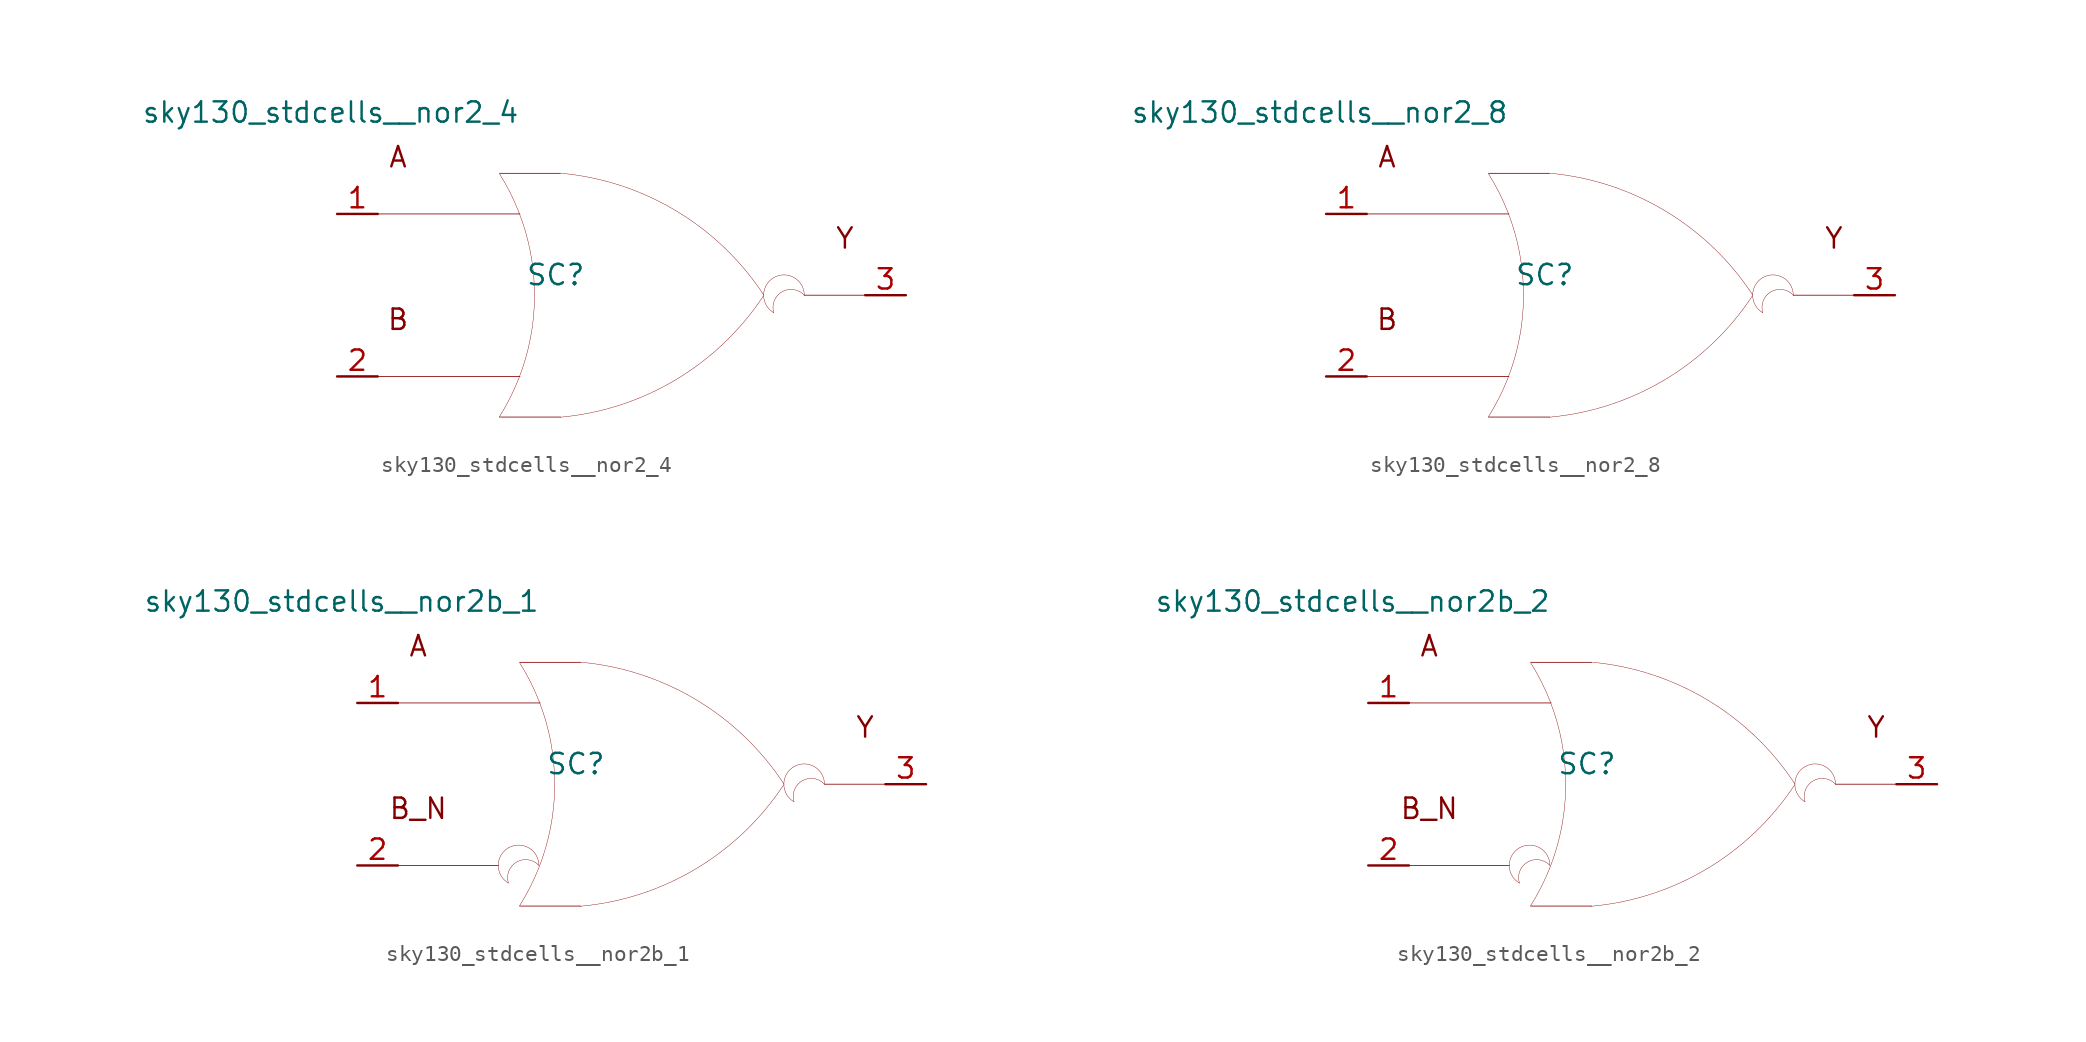
<source format=kicad_sym>
(kicad_symbol_lib
  (version 20211014)
  (generator kicad_symbol_editor)
  (symbol "sky130_stdcells__nor2_4"
    (pin_names hide)
    (property "Reference" "SC"
      (at -4.115 1.27 0)
      (effects (font (size 1.27 1.27))))
    (property "Value" "sky130_stdcells__nor2_4"
      (at -6.35 11.43 0)
      (effects (font (size 1.27 1.27)) (justify right)))
    (symbol "sky130_stdcells__nor2_4_0_0"
      (arc (start -7.6405 -7.6142) (mid -6.983 -6.458) (end -6.4362 -5.2456) (stroke (width 0.0254) (type default) (color 0 0 0 0)) (fill (type none)))
      (arc (start -6.4362 -5.2456) (mid -6.0013 -3.9755) (end -5.688 -2.6701) (stroke (width 0.0254) (type default) (color 0 0 0 0)) (fill (type none)))
      (arc (start -6.418 5.1993) (mid -6.9662 6.4248) (end -7.6273 7.5932) (stroke (width 0.0254) (type default) (color 0 0 0 0)) (fill (type none)))
      (arc (start -5.688 -2.6701) (mid -5.4988 -1.341) (end -5.4356 0) (stroke (width 0.0254) (type default) (color 0 0 0 0)) (fill (type none)))
      (arc (start -5.6834 2.6456) (mid -5.9911 3.9396) (end -6.418 5.1993) (stroke (width 0.0254) (type default) (color 0 0 0 0)) (fill (type none)))
      (arc (start -5.4356 0) (mid -5.4977 1.3286) (end -5.6834 2.6456) (stroke (width 0.0254) (type default) (color 0 0 0 0)) (fill (type none)))
      (arc (start -3.8212 -7.6288) (mid 3.3927 -5.2884) (end 8.8734 -0.0463) (stroke (width 0.0254) (type default) (color 0 0 0 0)) (fill (type none)))
      (polyline (pts (xy -15.24 -5.08) (xy -6.35 -5.08)) (stroke (width 0.051) (type default) (color 0 0 0 0)) (fill (type none)))
      (polyline (pts (xy -15.24 5.08) (xy -6.35 5.08)) (stroke (width 0.051) (type default) (color 0 0 0 0)) (fill (type none)))
      (polyline (pts (xy -7.62 -7.62) (xy -3.81 -7.62)) (stroke (width 0.051) (type default) (color 0 0 0 0)) (fill (type none)))
      (polyline (pts (xy -7.62 7.62) (xy -3.81 7.62)) (stroke (width 0.051) (type default) (color 0 0 0 0)) (fill (type none)))
      (polyline (pts (xy 11.43 0) (xy 15.24 0)) (stroke (width 0.051) (type default) (color 0 0 0 0)) (fill (type none)))
      (arc (start 8.9061 -0.0034) (mid 3.4437 5.2578) (end -3.762 7.6234) (stroke (width 0.0254) (type default) (color 0 0 0 0)) (fill (type none)))
      (arc (start 9.525 1.0999) (mid 8.89 0) (end 9.525 -1.0999) (stroke (width 0.0254) (type default) (color 0 0 0 0)) (fill (type none)))
      (arc (start 11.43 0) (mid 9.5731 0.4743) (end 9.525 -1.0999) (stroke (width 0.0254) (type default) (color 0 0 0 0)) (fill (type none)))
      (arc (start 11.43 0) (mid 10.795 1.0998) (end 9.525 1.0999) (stroke (width 0.0254) (type default) (color 0 0 0 0)) (fill (type none)))
      (text "A" (at -13.97 8.636 0) (effects (font (size 1.27 1.27))))
      (text "B" (at -13.97 -1.524 0) (effects (font (size 1.27 1.27))))
      (text "Y" (at 13.97 3.556 0) (effects (font (size 1.27 1.27)))))
    (symbol "sky130_stdcells__nor2_4_1_1"
      (pin input line (at -17.78 5.08 0) (length 2.54) (name "A" (effects (font (size 1.092 1.092)))) (number "1" (effects (font (size 1.27 1.27)))))
      (pin input line (at -17.78 -5.08 0) (length 2.54) (name "B" (effects (font (size 1.092 1.092)))) (number "2" (effects (font (size 1.27 1.27)))))
      (pin output line (at 17.78 0 180) (length 2.54) (name "Y" (effects (font (size 1.092 1.092)))) (number "3" (effects (font (size 1.27 1.27)))))))
  (symbol "sky130_stdcells__nor2_8"
    (pin_names hide)
    (property "Reference" "SC"
      (at -4.115 1.27 0)
      (effects (font (size 1.27 1.27))))
    (property "Value" "sky130_stdcells__nor2_8"
      (at -6.35 11.43 0)
      (effects (font (size 1.27 1.27)) (justify right)))
    (symbol "sky130_stdcells__nor2_8_0_0"
      (arc (start -7.6405 -7.6142) (mid -6.983 -6.458) (end -6.4362 -5.2456) (stroke (width 0.0254) (type default) (color 0 0 0 0)) (fill (type none)))
      (arc (start -6.4362 -5.2456) (mid -6.0013 -3.9755) (end -5.688 -2.6701) (stroke (width 0.0254) (type default) (color 0 0 0 0)) (fill (type none)))
      (arc (start -6.418 5.1993) (mid -6.9662 6.4248) (end -7.6273 7.5932) (stroke (width 0.0254) (type default) (color 0 0 0 0)) (fill (type none)))
      (arc (start -5.688 -2.6701) (mid -5.4988 -1.341) (end -5.4356 0) (stroke (width 0.0254) (type default) (color 0 0 0 0)) (fill (type none)))
      (arc (start -5.6834 2.6456) (mid -5.9911 3.9396) (end -6.418 5.1993) (stroke (width 0.0254) (type default) (color 0 0 0 0)) (fill (type none)))
      (arc (start -5.4356 0) (mid -5.4977 1.3286) (end -5.6834 2.6456) (stroke (width 0.0254) (type default) (color 0 0 0 0)) (fill (type none)))
      (arc (start -3.8212 -7.6288) (mid 3.3927 -5.2884) (end 8.8734 -0.0463) (stroke (width 0.0254) (type default) (color 0 0 0 0)) (fill (type none)))
      (polyline (pts (xy -15.24 -5.08) (xy -6.35 -5.08)) (stroke (width 0.051) (type default) (color 0 0 0 0)) (fill (type none)))
      (polyline (pts (xy -15.24 5.08) (xy -6.35 5.08)) (stroke (width 0.051) (type default) (color 0 0 0 0)) (fill (type none)))
      (polyline (pts (xy -7.62 -7.62) (xy -3.81 -7.62)) (stroke (width 0.051) (type default) (color 0 0 0 0)) (fill (type none)))
      (polyline (pts (xy -7.62 7.62) (xy -3.81 7.62)) (stroke (width 0.051) (type default) (color 0 0 0 0)) (fill (type none)))
      (polyline (pts (xy 11.43 0) (xy 15.24 0)) (stroke (width 0.051) (type default) (color 0 0 0 0)) (fill (type none)))
      (arc (start 8.9061 -0.0034) (mid 3.4437 5.2578) (end -3.762 7.6234) (stroke (width 0.0254) (type default) (color 0 0 0 0)) (fill (type none)))
      (arc (start 9.525 1.0999) (mid 8.89 0) (end 9.525 -1.0999) (stroke (width 0.0254) (type default) (color 0 0 0 0)) (fill (type none)))
      (arc (start 11.43 0) (mid 9.5731 0.4743) (end 9.525 -1.0999) (stroke (width 0.0254) (type default) (color 0 0 0 0)) (fill (type none)))
      (arc (start 11.43 0) (mid 10.795 1.0998) (end 9.525 1.0999) (stroke (width 0.0254) (type default) (color 0 0 0 0)) (fill (type none)))
      (text "A" (at -13.97 8.636 0) (effects (font (size 1.27 1.27))))
      (text "B" (at -13.97 -1.524 0) (effects (font (size 1.27 1.27))))
      (text "Y" (at 13.97 3.556 0) (effects (font (size 1.27 1.27)))))
    (symbol "sky130_stdcells__nor2_8_1_1"
      (pin input line (at -17.78 5.08 0) (length 2.54) (name "A" (effects (font (size 1.092 1.092)))) (number "1" (effects (font (size 1.27 1.27)))))
      (pin input line (at -17.78 -5.08 0) (length 2.54) (name "B" (effects (font (size 1.092 1.092)))) (number "2" (effects (font (size 1.27 1.27)))))
      (pin output line (at 17.78 0 180) (length 2.54) (name "Y" (effects (font (size 1.092 1.092)))) (number "3" (effects (font (size 1.27 1.27)))))))
  (symbol "sky130_stdcells__nor2b_1"
    (pin_names hide)
    (property "Reference" "SC"
      (at -4.115 1.27 0)
      (effects (font (size 1.27 1.27))))
    (property "Value" "sky130_stdcells__nor2b_1"
      (at -6.35 11.43 0)
      (effects (font (size 1.27 1.27)) (justify right)))
    (symbol "sky130_stdcells__nor2b_1_0_0"
      (arc (start -8.3312 -3.9801) (mid -8.9662 -5.08) (end -8.3312 -6.1799) (stroke (width 0.0254) (type default) (color 0 0 0 0)) (fill (type none)))
      (arc (start -7.6405 -7.6142) (mid -6.983 -6.458) (end -6.4362 -5.2456) (stroke (width 0.0254) (type default) (color 0 0 0 0)) (fill (type none)))
      (arc (start -6.4362 -5.2456) (mid -6.0013 -3.9755) (end -5.688 -2.6701) (stroke (width 0.0254) (type default) (color 0 0 0 0)) (fill (type none)))
      (arc (start -6.4262 -5.08) (mid -8.2831 -4.6057) (end -8.3312 -6.1799) (stroke (width 0.0254) (type default) (color 0 0 0 0)) (fill (type none)))
      (arc (start -6.4262 -5.08) (mid -7.0612 -3.9802) (end -8.3312 -3.9801) (stroke (width 0.0254) (type default) (color 0 0 0 0)) (fill (type none)))
      (arc (start -6.418 5.1993) (mid -6.9662 6.4248) (end -7.6273 7.5932) (stroke (width 0.0254) (type default) (color 0 0 0 0)) (fill (type none)))
      (arc (start -5.688 -2.6701) (mid -5.4988 -1.341) (end -5.4356 0) (stroke (width 0.0254) (type default) (color 0 0 0 0)) (fill (type none)))
      (arc (start -5.6834 2.6456) (mid -5.9911 3.9396) (end -6.418 5.1993) (stroke (width 0.0254) (type default) (color 0 0 0 0)) (fill (type none)))
      (arc (start -5.4356 0) (mid -5.4977 1.3286) (end -5.6834 2.6456) (stroke (width 0.0254) (type default) (color 0 0 0 0)) (fill (type none)))
      (arc (start -3.8212 -7.6288) (mid 3.3927 -5.2884) (end 8.8734 -0.0463) (stroke (width 0.0254) (type default) (color 0 0 0 0)) (fill (type none)))
      (polyline (pts (xy -15.24 -5.08) (xy -8.966 -5.08)) (stroke (width 0.051) (type default) (color 0 0 0 0)) (fill (type none)))
      (polyline (pts (xy -15.24 5.08) (xy -6.35 5.08)) (stroke (width 0.051) (type default) (color 0 0 0 0)) (fill (type none)))
      (polyline (pts (xy -7.62 -7.62) (xy -3.81 -7.62)) (stroke (width 0.051) (type default) (color 0 0 0 0)) (fill (type none)))
      (polyline (pts (xy -7.62 7.62) (xy -3.81 7.62)) (stroke (width 0.051) (type default) (color 0 0 0 0)) (fill (type none)))
      (polyline (pts (xy 11.43 0) (xy 15.24 0)) (stroke (width 0.051) (type default) (color 0 0 0 0)) (fill (type none)))
      (arc (start 8.9061 -0.0034) (mid 3.4437 5.2578) (end -3.762 7.6234) (stroke (width 0.0254) (type default) (color 0 0 0 0)) (fill (type none)))
      (arc (start 9.525 1.0999) (mid 8.89 0) (end 9.525 -1.0999) (stroke (width 0.0254) (type default) (color 0 0 0 0)) (fill (type none)))
      (arc (start 11.43 0) (mid 9.5731 0.4743) (end 9.525 -1.0999) (stroke (width 0.0254) (type default) (color 0 0 0 0)) (fill (type none)))
      (arc (start 11.43 0) (mid 10.795 1.0998) (end 9.525 1.0999) (stroke (width 0.0254) (type default) (color 0 0 0 0)) (fill (type none)))
      (text "A" (at -13.97 8.636 0) (effects (font (size 1.27 1.27))))
      (text "B_N" (at -13.97 -1.524 0) (effects (font (size 1.27 1.27))))
      (text "Y" (at 13.97 3.556 0) (effects (font (size 1.27 1.27)))))
    (symbol "sky130_stdcells__nor2b_1_1_1"
      (pin input line (at -17.78 5.08 0) (length 2.54) (name "A" (effects (font (size 1.092 1.092)))) (number "1" (effects (font (size 1.27 1.27)))))
      (pin input line (at -17.78 -5.08 0) (length 2.54) (name "B_N" (effects (font (size 1.092 1.092)))) (number "2" (effects (font (size 1.27 1.27)))))
      (pin output line (at 17.78 0 180) (length 2.54) (name "Y" (effects (font (size 1.092 1.092)))) (number "3" (effects (font (size 1.27 1.27)))))))
  (symbol "sky130_stdcells__nor2b_2"
    (pin_names hide)
    (property "Reference" "SC"
      (at -4.115 1.27 0)
      (effects (font (size 1.27 1.27))))
    (property "Value" "sky130_stdcells__nor2b_2"
      (at -6.35 11.43 0)
      (effects (font (size 1.27 1.27)) (justify right)))
    (symbol "sky130_stdcells__nor2b_2_0_0"
      (arc (start -8.3312 -3.9801) (mid -8.9662 -5.08) (end -8.3312 -6.1799) (stroke (width 0.0254) (type default) (color 0 0 0 0)) (fill (type none)))
      (arc (start -7.6405 -7.6142) (mid -6.983 -6.458) (end -6.4362 -5.2456) (stroke (width 0.0254) (type default) (color 0 0 0 0)) (fill (type none)))
      (arc (start -6.4362 -5.2456) (mid -6.0013 -3.9755) (end -5.688 -2.6701) (stroke (width 0.0254) (type default) (color 0 0 0 0)) (fill (type none)))
      (arc (start -6.4262 -5.08) (mid -8.2831 -4.6057) (end -8.3312 -6.1799) (stroke (width 0.0254) (type default) (color 0 0 0 0)) (fill (type none)))
      (arc (start -6.4262 -5.08) (mid -7.0612 -3.9802) (end -8.3312 -3.9801) (stroke (width 0.0254) (type default) (color 0 0 0 0)) (fill (type none)))
      (arc (start -6.418 5.1993) (mid -6.9662 6.4248) (end -7.6273 7.5932) (stroke (width 0.0254) (type default) (color 0 0 0 0)) (fill (type none)))
      (arc (start -5.688 -2.6701) (mid -5.4988 -1.341) (end -5.4356 0) (stroke (width 0.0254) (type default) (color 0 0 0 0)) (fill (type none)))
      (arc (start -5.6834 2.6456) (mid -5.9911 3.9396) (end -6.418 5.1993) (stroke (width 0.0254) (type default) (color 0 0 0 0)) (fill (type none)))
      (arc (start -5.4356 0) (mid -5.4977 1.3286) (end -5.6834 2.6456) (stroke (width 0.0254) (type default) (color 0 0 0 0)) (fill (type none)))
      (arc (start -3.8212 -7.6288) (mid 3.3927 -5.2884) (end 8.8734 -0.0463) (stroke (width 0.0254) (type default) (color 0 0 0 0)) (fill (type none)))
      (polyline (pts (xy -15.24 -5.08) (xy -8.966 -5.08)) (stroke (width 0.051) (type default) (color 0 0 0 0)) (fill (type none)))
      (polyline (pts (xy -15.24 5.08) (xy -6.35 5.08)) (stroke (width 0.051) (type default) (color 0 0 0 0)) (fill (type none)))
      (polyline (pts (xy -7.62 -7.62) (xy -3.81 -7.62)) (stroke (width 0.051) (type default) (color 0 0 0 0)) (fill (type none)))
      (polyline (pts (xy -7.62 7.62) (xy -3.81 7.62)) (stroke (width 0.051) (type default) (color 0 0 0 0)) (fill (type none)))
      (polyline (pts (xy 11.43 0) (xy 15.24 0)) (stroke (width 0.051) (type default) (color 0 0 0 0)) (fill (type none)))
      (arc (start 8.9061 -0.0034) (mid 3.4437 5.2578) (end -3.762 7.6234) (stroke (width 0.0254) (type default) (color 0 0 0 0)) (fill (type none)))
      (arc (start 9.525 1.0999) (mid 8.89 0) (end 9.525 -1.0999) (stroke (width 0.0254) (type default) (color 0 0 0 0)) (fill (type none)))
      (arc (start 11.43 0) (mid 9.5731 0.4743) (end 9.525 -1.0999) (stroke (width 0.0254) (type default) (color 0 0 0 0)) (fill (type none)))
      (arc (start 11.43 0) (mid 10.795 1.0998) (end 9.525 1.0999) (stroke (width 0.0254) (type default) (color 0 0 0 0)) (fill (type none)))
      (text "A" (at -13.97 8.636 0) (effects (font (size 1.27 1.27))))
      (text "B_N" (at -13.97 -1.524 0) (effects (font (size 1.27 1.27))))
      (text "Y" (at 13.97 3.556 0) (effects (font (size 1.27 1.27)))))
    (symbol "sky130_stdcells__nor2b_2_1_1"
      (pin input line (at -17.78 5.08 0) (length 2.54) (name "A" (effects (font (size 1.092 1.092)))) (number "1" (effects (font (size 1.27 1.27)))))
      (pin input line (at -17.78 -5.08 0) (length 2.54) (name "B_N" (effects (font (size 1.092 1.092)))) (number "2" (effects (font (size 1.27 1.27)))))
      (pin output line (at 17.78 0 180) (length 2.54) (name "Y" (effects (font (size 1.092 1.092)))) (number "3" (effects (font (size 1.27 1.27))))))))
</source>
